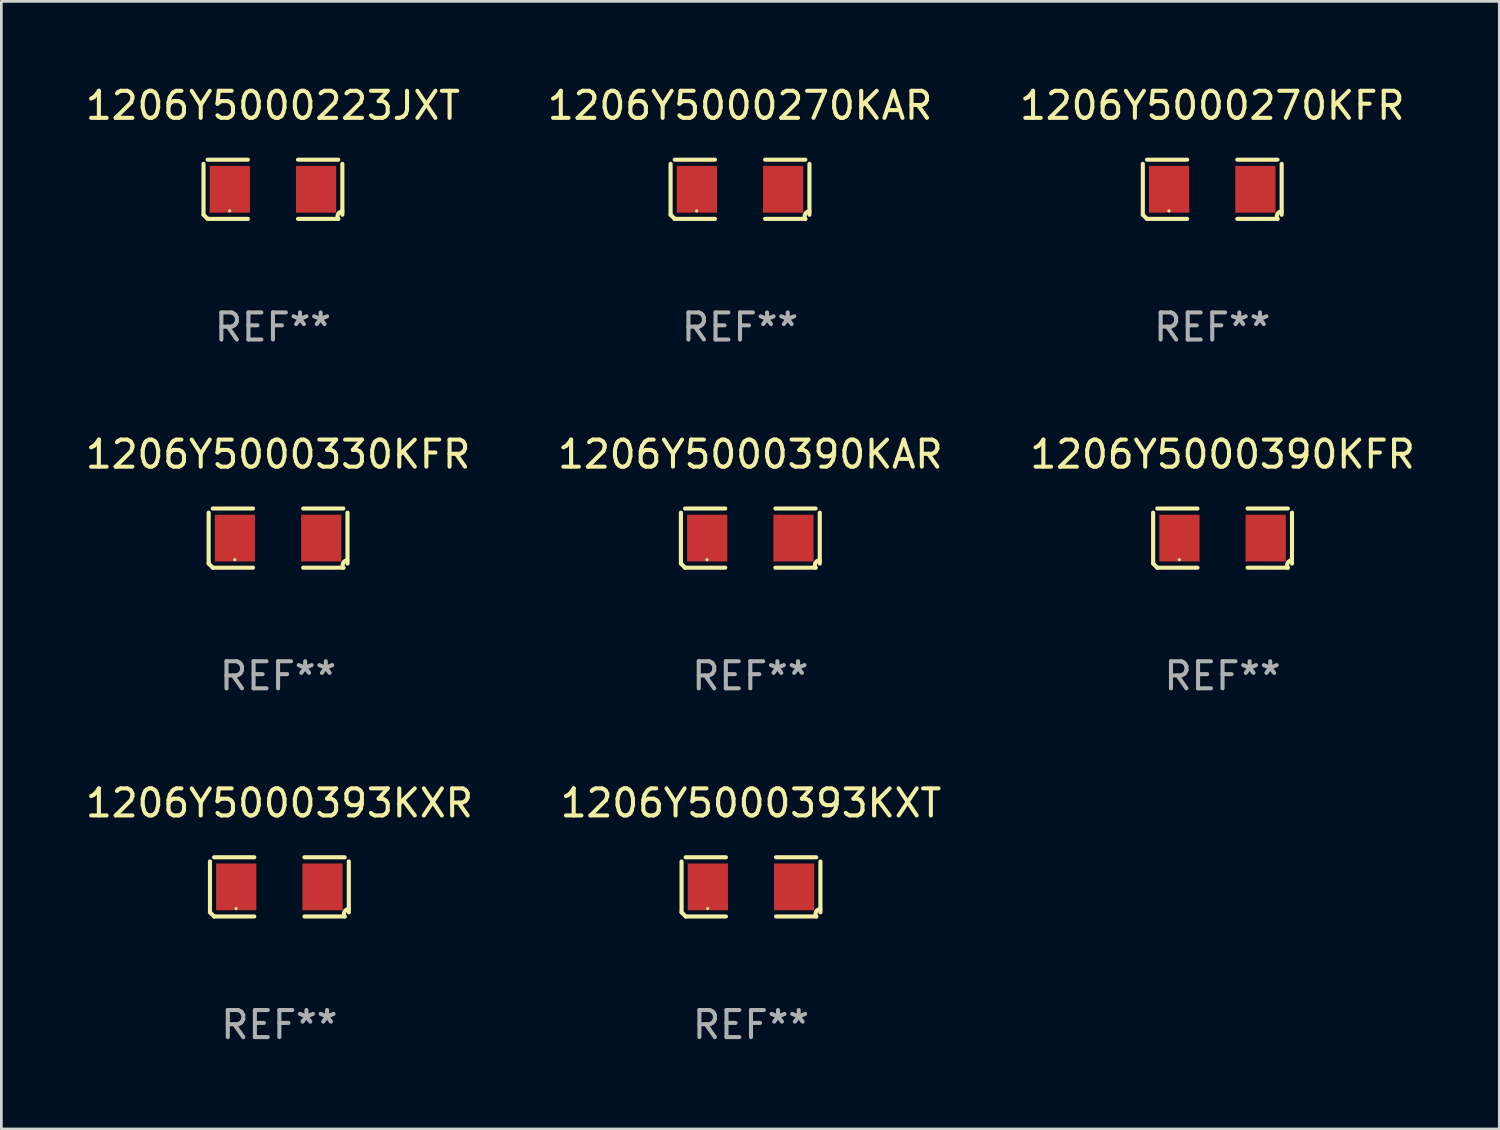
<source format=kicad_pcb>
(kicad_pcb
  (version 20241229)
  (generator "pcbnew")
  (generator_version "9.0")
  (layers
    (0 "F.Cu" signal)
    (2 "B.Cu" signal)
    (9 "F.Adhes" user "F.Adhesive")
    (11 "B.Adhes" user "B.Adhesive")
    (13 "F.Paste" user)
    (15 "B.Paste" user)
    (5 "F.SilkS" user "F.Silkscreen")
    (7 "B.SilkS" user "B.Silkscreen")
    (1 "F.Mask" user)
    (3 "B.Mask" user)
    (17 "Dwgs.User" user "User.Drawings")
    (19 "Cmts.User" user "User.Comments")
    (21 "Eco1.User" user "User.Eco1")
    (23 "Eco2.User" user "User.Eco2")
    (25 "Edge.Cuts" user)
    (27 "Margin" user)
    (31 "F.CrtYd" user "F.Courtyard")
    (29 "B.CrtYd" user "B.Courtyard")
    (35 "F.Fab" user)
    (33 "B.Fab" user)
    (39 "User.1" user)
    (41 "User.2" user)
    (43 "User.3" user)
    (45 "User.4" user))
  (footprint "1206Y5000270KAR"
    (layer "F.Cu")
    (at 24.28 3.941)
    (property "Reference" "1206Y5000270KAR" (at 0 -3.093 0) (layer "F.SilkS") (effects (font (size 1 1) (thickness 0.15))))
    (attr through_hole)
    (fp_line (start -2.564 0.94) (end -2.564 -0.94) (stroke (width 0.152) (type solid)) (layer "F.SilkS"))
    (fp_line (start -2.411 -1.093) (end -0.926 -1.093) (stroke (width 0.152) (type solid)) (layer "F.SilkS"))
    (fp_line (start -0.926 1.093) (end -2.411 1.093) (stroke (width 0.152) (type solid)) (layer "F.SilkS"))
    (fp_line (start 0.926 1.093) (end 2.411 1.093) (stroke (width 0.152) (type solid)) (layer "F.SilkS"))
    (fp_line (start 2.411 -1.093) (end 0.926 -1.093) (stroke (width 0.152) (type solid)) (layer "F.SilkS"))
    (fp_line (start 2.564 0.94) (end 2.564 -0.94) (stroke (width 0.152) (type solid)) (layer "F.SilkS"))
    (fp_arc (start -2.411201 1.092609) (mid -2.487413 1.01642) (end -2.563602 0.940208) (stroke (width 0.1524) (type solid)) (layer "F.SilkS"))
    (fp_arc (start 2.411201 1.092609) (mid 2.407159 0.911226) (end 2.563602 0.819347) (stroke (width 0.1524) (type solid)) (layer "F.SilkS"))
    (fp_circle (center -1.6 0.8) (end -1.57 0.8) (stroke (width 0.06) (type solid)) (fill no) (layer "F.SilkS"))
    (fp_text user "REF**" (at 0 5.093 0) (layer "F.Fab") (effects (font (size 1 1) (thickness 0.15))))
    (pad "1" smd rect (at -1.593 0) (size 1.485 1.728) (layers "F.Cu" "F.Mask" "F.Paste"))
    (pad "2" smd rect (at 1.593 0) (size 1.485 1.728) (layers "F.Cu" "F.Mask" "F.Paste")))
  (footprint "1206Y5000390KFR"
    (layer "F.Cu")
    (at 42.101 16.823)
    (property "Reference" "1206Y5000390KFR" (at 0 -3.093 0) (layer "F.SilkS") (effects (font (size 1 1) (thickness 0.15))))
    (attr through_hole)
    (fp_line (start -2.564 0.94) (end -2.564 -0.94) (stroke (width 0.152) (type solid)) (layer "F.SilkS"))
    (fp_line (start -2.411 -1.093) (end -0.926 -1.093) (stroke (width 0.152) (type solid)) (layer "F.SilkS"))
    (fp_line (start -0.926 1.093) (end -2.411 1.093) (stroke (width 0.152) (type solid)) (layer "F.SilkS"))
    (fp_line (start 0.926 1.093) (end 2.411 1.093) (stroke (width 0.152) (type solid)) (layer "F.SilkS"))
    (fp_line (start 2.411 -1.093) (end 0.926 -1.093) (stroke (width 0.152) (type solid)) (layer "F.SilkS"))
    (fp_line (start 2.564 0.94) (end 2.564 -0.94) (stroke (width 0.152) (type solid)) (layer "F.SilkS"))
    (fp_arc (start -2.411201 1.092609) (mid -2.487413 1.01642) (end -2.563602 0.940208) (stroke (width 0.1524) (type solid)) (layer "F.SilkS"))
    (fp_arc (start 2.411201 1.092609) (mid 2.407159 0.911226) (end 2.563602 0.819347) (stroke (width 0.1524) (type solid)) (layer "F.SilkS"))
    (fp_circle (center -1.6 0.8) (end -1.57 0.8) (stroke (width 0.06) (type solid)) (fill no) (layer "F.SilkS"))
    (fp_text user "REF**" (at 0 5.093 0) (layer "F.Fab") (effects (font (size 1 1) (thickness 0.15))))
    (pad "1" smd rect (at -1.593 0) (size 1.485 1.728) (layers "F.Cu" "F.Mask" "F.Paste"))
    (pad "2" smd rect (at 1.593 0) (size 1.485 1.728) (layers "F.Cu" "F.Mask" "F.Paste")))
  (footprint "1206Y5000393KXR"
    (layer "F.Cu")
    (at 7.268 29.704)
    (property "Reference" "1206Y5000393KXR" (at 0 -3.093 0) (layer "F.SilkS") (effects (font (size 1 1) (thickness 0.15))))
    (attr through_hole)
    (fp_line (start -2.564 0.94) (end -2.564 -0.94) (stroke (width 0.152) (type solid)) (layer "F.SilkS"))
    (fp_line (start -2.411 -1.093) (end -0.926 -1.093) (stroke (width 0.152) (type solid)) (layer "F.SilkS"))
    (fp_line (start -0.926 1.093) (end -2.411 1.093) (stroke (width 0.152) (type solid)) (layer "F.SilkS"))
    (fp_line (start 0.926 1.093) (end 2.411 1.093) (stroke (width 0.152) (type solid)) (layer "F.SilkS"))
    (fp_line (start 2.411 -1.093) (end 0.926 -1.093) (stroke (width 0.152) (type solid)) (layer "F.SilkS"))
    (fp_line (start 2.564 0.94) (end 2.564 -0.94) (stroke (width 0.152) (type solid)) (layer "F.SilkS"))
    (fp_arc (start -2.411201 1.092609) (mid -2.487413 1.01642) (end -2.563602 0.940208) (stroke (width 0.1524) (type solid)) (layer "F.SilkS"))
    (fp_arc (start 2.411201 1.092609) (mid 2.407159 0.911226) (end 2.563602 0.819347) (stroke (width 0.1524) (type solid)) (layer "F.SilkS"))
    (fp_circle (center -1.6 0.8) (end -1.57 0.8) (stroke (width 0.06) (type solid)) (fill no) (layer "F.SilkS"))
    (fp_text user "REF**" (at 0 5.093 0) (layer "F.Fab") (effects (font (size 1 1) (thickness 0.15))))
    (pad "1" smd rect (at -1.593 0) (size 1.485 1.728) (layers "F.Cu" "F.Mask" "F.Paste"))
    (pad "2" smd rect (at 1.593 0) (size 1.485 1.728) (layers "F.Cu" "F.Mask" "F.Paste")))
  (footprint "1206Y5000223JXT"
    (layer "F.Cu")
    (at 7.03 3.941)
    (property "Reference" "1206Y5000223JXT" (at 0 -3.093 0) (layer "F.SilkS") (effects (font (size 1 1) (thickness 0.15))))
    (attr through_hole)
    (fp_line (start -2.564 0.94) (end -2.564 -0.94) (stroke (width 0.152) (type solid)) (layer "F.SilkS"))
    (fp_line (start -2.411 -1.093) (end -0.926 -1.093) (stroke (width 0.152) (type solid)) (layer "F.SilkS"))
    (fp_line (start -0.926 1.093) (end -2.411 1.093) (stroke (width 0.152) (type solid)) (layer "F.SilkS"))
    (fp_line (start 0.926 1.093) (end 2.411 1.093) (stroke (width 0.152) (type solid)) (layer "F.SilkS"))
    (fp_line (start 2.411 -1.093) (end 0.926 -1.093) (stroke (width 0.152) (type solid)) (layer "F.SilkS"))
    (fp_line (start 2.564 0.94) (end 2.564 -0.94) (stroke (width 0.152) (type solid)) (layer "F.SilkS"))
    (fp_arc (start -2.411201 1.092609) (mid -2.487413 1.01642) (end -2.563602 0.940208) (stroke (width 0.1524) (type solid)) (layer "F.SilkS"))
    (fp_arc (start 2.411201 1.092609) (mid 2.407159 0.911226) (end 2.563602 0.819347) (stroke (width 0.1524) (type solid)) (layer "F.SilkS"))
    (fp_circle (center -1.6 0.8) (end -1.57 0.8) (stroke (width 0.06) (type solid)) (fill no) (layer "F.SilkS"))
    (fp_text user "REF**" (at 0 5.093 0) (layer "F.Fab") (effects (font (size 1 1) (thickness 0.15))))
    (pad "1" smd rect (at -1.593 0) (size 1.485 1.728) (layers "F.Cu" "F.Mask" "F.Paste"))
    (pad "2" smd rect (at 1.593 0) (size 1.485 1.728) (layers "F.Cu" "F.Mask" "F.Paste")))
  (footprint "1206Y5000393KXT"
    (layer "F.Cu")
    (at 24.685 29.704)
    (property "Reference" "1206Y5000393KXT" (at 0 -3.093 0) (layer "F.SilkS") (effects (font (size 1 1) (thickness 0.15))))
    (attr through_hole)
    (fp_line (start -2.564 0.94) (end -2.564 -0.94) (stroke (width 0.152) (type solid)) (layer "F.SilkS"))
    (fp_line (start -2.411 -1.093) (end -0.926 -1.093) (stroke (width 0.152) (type solid)) (layer "F.SilkS"))
    (fp_line (start -0.926 1.093) (end -2.411 1.093) (stroke (width 0.152) (type solid)) (layer "F.SilkS"))
    (fp_line (start 0.926 1.093) (end 2.411 1.093) (stroke (width 0.152) (type solid)) (layer "F.SilkS"))
    (fp_line (start 2.411 -1.093) (end 0.926 -1.093) (stroke (width 0.152) (type solid)) (layer "F.SilkS"))
    (fp_line (start 2.564 0.94) (end 2.564 -0.94) (stroke (width 0.152) (type solid)) (layer "F.SilkS"))
    (fp_arc (start -2.411201 1.092609) (mid -2.487413 1.01642) (end -2.563602 0.940208) (stroke (width 0.1524) (type solid)) (layer "F.SilkS"))
    (fp_arc (start 2.411201 1.092609) (mid 2.407159 0.911226) (end 2.563602 0.819347) (stroke (width 0.1524) (type solid)) (layer "F.SilkS"))
    (fp_circle (center -1.6 0.8) (end -1.57 0.8) (stroke (width 0.06) (type solid)) (fill no) (layer "F.SilkS"))
    (fp_text user "REF**" (at 0 5.093 0) (layer "F.Fab") (effects (font (size 1 1) (thickness 0.15))))
    (pad "1" smd rect (at -1.593 0) (size 1.485 1.728) (layers "F.Cu" "F.Mask" "F.Paste"))
    (pad "2" smd rect (at 1.593 0) (size 1.485 1.728) (layers "F.Cu" "F.Mask" "F.Paste")))
  (footprint "1206Y5000390KAR"
    (layer "F.Cu")
    (at 24.661 16.823)
    (property "Reference" "1206Y5000390KAR" (at 0 -3.093 0) (layer "F.SilkS") (effects (font (size 1 1) (thickness 0.15))))
    (attr through_hole)
    (fp_line (start -2.564 0.94) (end -2.564 -0.94) (stroke (width 0.152) (type solid)) (layer "F.SilkS"))
    (fp_line (start -2.411 -1.093) (end -0.926 -1.093) (stroke (width 0.152) (type solid)) (layer "F.SilkS"))
    (fp_line (start -0.926 1.093) (end -2.411 1.093) (stroke (width 0.152) (type solid)) (layer "F.SilkS"))
    (fp_line (start 0.926 1.093) (end 2.411 1.093) (stroke (width 0.152) (type solid)) (layer "F.SilkS"))
    (fp_line (start 2.411 -1.093) (end 0.926 -1.093) (stroke (width 0.152) (type solid)) (layer "F.SilkS"))
    (fp_line (start 2.564 0.94) (end 2.564 -0.94) (stroke (width 0.152) (type solid)) (layer "F.SilkS"))
    (fp_arc (start -2.411201 1.092609) (mid -2.487413 1.01642) (end -2.563602 0.940208) (stroke (width 0.1524) (type solid)) (layer "F.SilkS"))
    (fp_arc (start 2.411201 1.092609) (mid 2.407159 0.911226) (end 2.563602 0.819347) (stroke (width 0.1524) (type solid)) (layer "F.SilkS"))
    (fp_circle (center -1.6 0.8) (end -1.57 0.8) (stroke (width 0.06) (type solid)) (fill no) (layer "F.SilkS"))
    (fp_text user "REF**" (at 0 5.093 0) (layer "F.Fab") (effects (font (size 1 1) (thickness 0.15))))
    (pad "1" smd rect (at -1.593 0) (size 1.485 1.728) (layers "F.Cu" "F.Mask" "F.Paste"))
    (pad "2" smd rect (at 1.593 0) (size 1.485 1.728) (layers "F.Cu" "F.Mask" "F.Paste")))
  (footprint "1206Y5000330KFR"
    (layer "F.Cu")
    (at 7.22 16.823)
    (property "Reference" "1206Y5000330KFR" (at 0 -3.093 0) (layer "F.SilkS") (effects (font (size 1 1) (thickness 0.15))))
    (attr through_hole)
    (fp_line (start -2.564 0.94) (end -2.564 -0.94) (stroke (width 0.152) (type solid)) (layer "F.SilkS"))
    (fp_line (start -2.411 -1.093) (end -0.926 -1.093) (stroke (width 0.152) (type solid)) (layer "F.SilkS"))
    (fp_line (start -0.926 1.093) (end -2.411 1.093) (stroke (width 0.152) (type solid)) (layer "F.SilkS"))
    (fp_line (start 0.926 1.093) (end 2.411 1.093) (stroke (width 0.152) (type solid)) (layer "F.SilkS"))
    (fp_line (start 2.411 -1.093) (end 0.926 -1.093) (stroke (width 0.152) (type solid)) (layer "F.SilkS"))
    (fp_line (start 2.564 0.94) (end 2.564 -0.94) (stroke (width 0.152) (type solid)) (layer "F.SilkS"))
    (fp_arc (start -2.411201 1.092609) (mid -2.487413 1.01642) (end -2.563602 0.940208) (stroke (width 0.1524) (type solid)) (layer "F.SilkS"))
    (fp_arc (start 2.411201 1.092609) (mid 2.407159 0.911226) (end 2.563602 0.819347) (stroke (width 0.1524) (type solid)) (layer "F.SilkS"))
    (fp_circle (center -1.6 0.8) (end -1.57 0.8) (stroke (width 0.06) (type solid)) (fill no) (layer "F.SilkS"))
    (fp_text user "REF**" (at 0 5.093 0) (layer "F.Fab") (effects (font (size 1 1) (thickness 0.15))))
    (pad "1" smd rect (at -1.593 0) (size 1.485 1.728) (layers "F.Cu" "F.Mask" "F.Paste"))
    (pad "2" smd rect (at 1.593 0) (size 1.485 1.728) (layers "F.Cu" "F.Mask" "F.Paste")))
  (footprint "1206Y5000270KFR"
    (layer "F.Cu")
    (at 41.72 3.941)
    (property "Reference" "1206Y5000270KFR" (at 0 -3.093 0) (layer "F.SilkS") (effects (font (size 1 1) (thickness 0.15))))
    (attr through_hole)
    (fp_line (start -2.564 0.94) (end -2.564 -0.94) (stroke (width 0.152) (type solid)) (layer "F.SilkS"))
    (fp_line (start -2.411 -1.093) (end -0.926 -1.093) (stroke (width 0.152) (type solid)) (layer "F.SilkS"))
    (fp_line (start -0.926 1.093) (end -2.411 1.093) (stroke (width 0.152) (type solid)) (layer "F.SilkS"))
    (fp_line (start 0.926 1.093) (end 2.411 1.093) (stroke (width 0.152) (type solid)) (layer "F.SilkS"))
    (fp_line (start 2.411 -1.093) (end 0.926 -1.093) (stroke (width 0.152) (type solid)) (layer "F.SilkS"))
    (fp_line (start 2.564 0.94) (end 2.564 -0.94) (stroke (width 0.152) (type solid)) (layer "F.SilkS"))
    (fp_arc (start -2.411201 1.092609) (mid -2.487413 1.01642) (end -2.563602 0.940208) (stroke (width 0.1524) (type solid)) (layer "F.SilkS"))
    (fp_arc (start 2.411201 1.092609) (mid 2.407159 0.911226) (end 2.563602 0.819347) (stroke (width 0.1524) (type solid)) (layer "F.SilkS"))
    (fp_circle (center -1.6 0.8) (end -1.57 0.8) (stroke (width 0.06) (type solid)) (fill no) (layer "F.SilkS"))
    (fp_text user "REF**" (at 0 5.093 0) (layer "F.Fab") (effects (font (size 1 1) (thickness 0.15))))
    (pad "1" smd rect (at -1.593 0) (size 1.485 1.728) (layers "F.Cu" "F.Mask" "F.Paste"))
    (pad "2" smd rect (at 1.593 0) (size 1.485 1.728) (layers "F.Cu" "F.Mask" "F.Paste")))
  (gr_rect
    (start -3 -3)
    (end 52.321 38.645)
    (stroke (width 0.1) (type default))
    (fill no)
    (layer "Edge.Cuts")))
</source>
